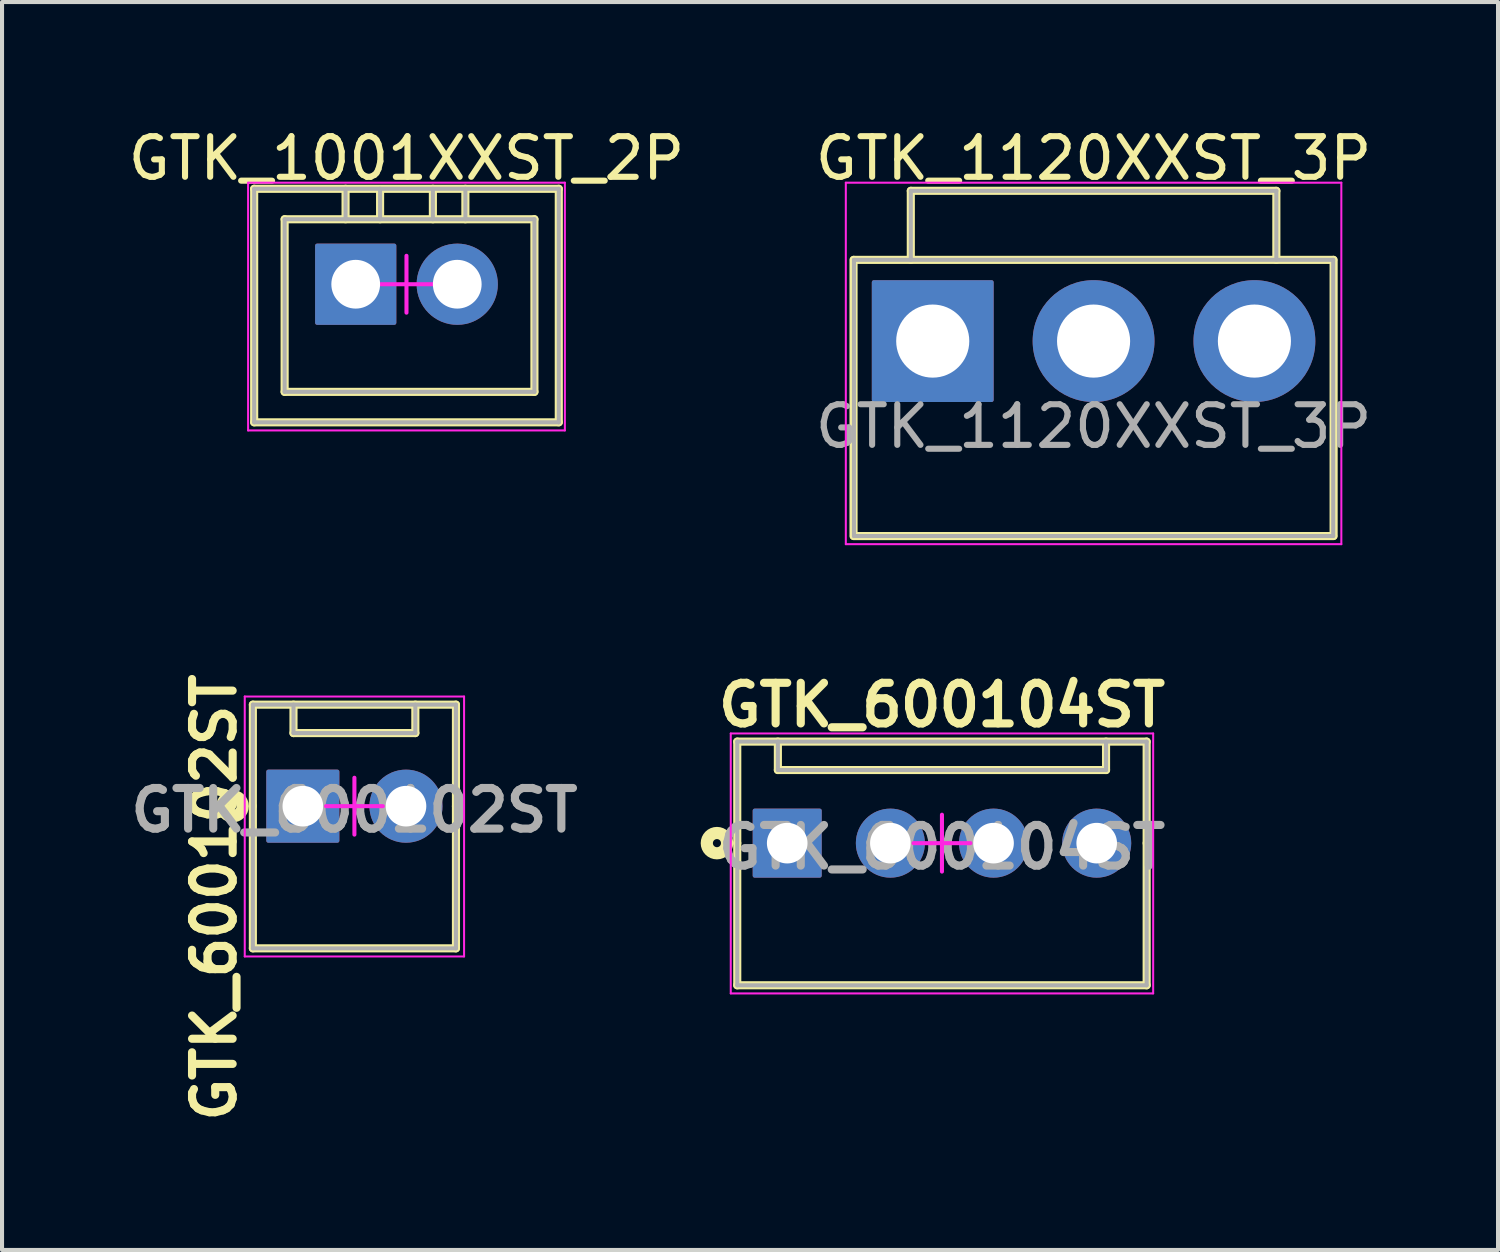
<source format=kicad_pcb>
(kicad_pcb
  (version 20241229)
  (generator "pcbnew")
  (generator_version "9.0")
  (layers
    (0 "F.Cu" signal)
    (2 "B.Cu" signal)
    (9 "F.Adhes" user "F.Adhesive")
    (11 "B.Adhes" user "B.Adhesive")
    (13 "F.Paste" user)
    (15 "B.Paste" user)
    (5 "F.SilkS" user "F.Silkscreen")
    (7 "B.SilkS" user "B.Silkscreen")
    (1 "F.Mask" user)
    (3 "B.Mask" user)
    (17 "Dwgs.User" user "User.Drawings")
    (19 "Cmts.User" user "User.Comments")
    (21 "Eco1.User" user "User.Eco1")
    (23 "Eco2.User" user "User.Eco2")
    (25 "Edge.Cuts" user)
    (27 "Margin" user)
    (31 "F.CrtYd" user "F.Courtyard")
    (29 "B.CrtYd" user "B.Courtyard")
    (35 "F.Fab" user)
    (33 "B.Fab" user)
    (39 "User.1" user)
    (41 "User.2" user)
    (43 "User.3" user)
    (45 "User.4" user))
  (footprint "GTK_600102ST"
    (layer "F.Cu")
    (at 5.676 16.799)
    (property "Reference" "GTK_600102ST" (at -3.45 2.25 90) (layer "F.SilkS") (effects (font (size 1 1) (thickness 0.2))))
    (attr through_hole)
    (fp_line (start -2.5 -2.5) (end -2.5 0) (stroke (width 0.2) (type solid)) (layer "F.SilkS"))
    (fp_line (start -2.5 0) (end -2.5 3.5) (stroke (width 0.2) (type solid)) (layer "F.SilkS"))
    (fp_line (start -2.5 3.5) (end 2.5 3.5) (stroke (width 0.2) (type solid)) (layer "F.SilkS"))
    (fp_line (start -1.5 -1.8) (end -1.5 -2.5) (stroke (width 0.2) (type solid)) (layer "F.SilkS"))
    (fp_line (start 1.5 -2.5) (end 1.5 -1.8) (stroke (width 0.2) (type solid)) (layer "F.SilkS"))
    (fp_line (start 1.5 -1.8) (end -1.5 -1.8) (stroke (width 0.2) (type solid)) (layer "F.SilkS"))
    (fp_line (start 2.5 -2.5) (end -2.5 -2.5) (stroke (width 0.2) (type solid)) (layer "F.SilkS"))
    (fp_line (start 2.5 0) (end 2.5 -2.5) (stroke (width 0.2) (type solid)) (layer "F.SilkS"))
    (fp_line (start 2.5 3.5) (end 2.5 0) (stroke (width 0.2) (type solid)) (layer "F.SilkS"))
    (fp_circle (center -3 0) (end -2.9 0) (stroke (width 0.3) (type solid)) (fill no) (layer "F.SilkS"))
    (fp_line (start -2.7 -2.7) (end 2.7 -2.7) (stroke (width 0.05) (type solid)) (layer "F.CrtYd"))
    (fp_line (start -2.7 3.7) (end -2.7 -2.7) (stroke (width 0.05) (type solid)) (layer "F.CrtYd"))
    (fp_line (start 0 -0.7) (end 0 0.7) (stroke (width 0.1) (type solid)) (layer "F.CrtYd"))
    (fp_line (start 0.7 0) (end -0.7 0) (stroke (width 0.1) (type solid)) (layer "F.CrtYd"))
    (fp_line (start 2.7 -2.7) (end 2.7 3.7) (stroke (width 0.05) (type solid)) (layer "F.CrtYd"))
    (fp_line (start 2.7 3.7) (end -2.7 3.7) (stroke (width 0.05) (type solid)) (layer "F.CrtYd"))
    (fp_line (start -2.5 -2.5) (end 2.5 -2.5) (stroke (width 0.1) (type solid)) (layer "F.Fab"))
    (fp_line (start -2.5 3.5) (end -2.5 -2.5) (stroke (width 0.1) (type solid)) (layer "F.Fab"))
    (fp_line (start -1.5 -2.5) (end -1.5 -1.8) (stroke (width 0.1) (type solid)) (layer "F.Fab"))
    (fp_line (start -1.5 -1.8) (end 1.5 -1.8) (stroke (width 0.1) (type solid)) (layer "F.Fab"))
    (fp_line (start 1.5 -1.8) (end 1.5 -2.5) (stroke (width 0.1) (type solid)) (layer "F.Fab"))
    (fp_line (start 2.5 -2.5) (end 2.5 3.5) (stroke (width 0.1) (type solid)) (layer "F.Fab"))
    (fp_line (start 2.5 3.5) (end -2.5 3.5) (stroke (width 0.1) (type solid)) (layer "F.Fab"))
    (fp_text user "${REFERENCE}" (at 0 0.1 0) (layer "F.Fab") (effects (font (size 1 1) (thickness 0.2))))
    (pad "1" thru_hole roundrect (at -1.27 0) (size 1.8 1.8) (drill 1) (layers "*.Cu" "*.Mask") (roundrect_rratio 0.028))
    (pad "2" thru_hole circle (at 1.27 0) (size 1.8 1.8) (drill 1) (layers "*.Cu" "*.Mask")))
  (footprint "GTK_1001XXST_2P"
    (layer "F.Cu")
    (at 6.958 3.948)
    (property "Reference" "GTK_1001XXST_2P" (at 0 -3.1 0) (layer "F.SilkS") (effects (font (size 1 1) (thickness 0.15))))
    (attr through_hole)
    (fp_line (start -3.75 -2.35) (end -3.75 3.4) (stroke (width 0.2) (type solid)) (layer "F.SilkS"))
    (fp_line (start -3.75 -2.35) (end 3.75 -2.35) (stroke (width 0.2) (type solid)) (layer "F.SilkS"))
    (fp_line (start -3.75 3.4) (end 3.75 3.4) (stroke (width 0.2) (type solid)) (layer "F.SilkS"))
    (fp_line (start -3 -1.6) (end 3.15 -1.6) (stroke (width 0.2) (type solid)) (layer "F.SilkS"))
    (fp_line (start -3 2.65) (end -3 -1.6) (stroke (width 0.2) (type solid)) (layer "F.SilkS"))
    (fp_line (start -1.5 -2.35) (end -1.5 -1.6) (stroke (width 0.2) (type solid)) (layer "F.SilkS"))
    (fp_line (start -0.65 -1.6) (end -0.65 -2.3) (stroke (width 0.2) (type solid)) (layer "F.SilkS"))
    (fp_line (start 0.65 -1.6) (end 0.65 -2.35) (stroke (width 0.2) (type solid)) (layer "F.SilkS"))
    (fp_line (start 1.45 -1.6) (end 1.45 -2.35) (stroke (width 0.2) (type solid)) (layer "F.SilkS"))
    (fp_line (start 3.15 -1.6) (end 3.15 2.65) (stroke (width 0.2) (type solid)) (layer "F.SilkS"))
    (fp_line (start 3.15 2.65) (end -3 2.65) (stroke (width 0.2) (type solid)) (layer "F.SilkS"))
    (fp_line (start 3.75 3.4) (end 3.75 -2.35) (stroke (width 0.2) (type solid)) (layer "F.SilkS"))
    (fp_line (start -3.9 -2.5) (end 3.9 -2.5) (stroke (width 0.05) (type solid)) (layer "F.CrtYd"))
    (fp_line (start -3.9 3.6) (end -3.9 -2.5) (stroke (width 0.05) (type solid)) (layer "F.CrtYd"))
    (fp_line (start -0.7 0) (end 0.7 0) (stroke (width 0.1) (type solid)) (layer "F.CrtYd"))
    (fp_line (start 0 -0.7) (end 0 0.7) (stroke (width 0.1) (type solid)) (layer "F.CrtYd"))
    (fp_line (start 3.9 -2.5) (end 3.9 3.6) (stroke (width 0.05) (type solid)) (layer "F.CrtYd"))
    (fp_line (start 3.9 3.6) (end -3.9 3.6) (stroke (width 0.05) (type solid)) (layer "F.CrtYd"))
    (fp_line (start -3.75 -2.35) (end 3.75 -2.35) (stroke (width 0.1) (type solid)) (layer "F.Fab"))
    (fp_line (start -3.75 3.4) (end -3.75 -2.35) (stroke (width 0.1) (type solid)) (layer "F.Fab"))
    (fp_line (start -3 -1.6) (end 3.15 -1.6) (stroke (width 0.1) (type solid)) (layer "F.Fab"))
    (fp_line (start -3 2.65) (end -3 -1.6) (stroke (width 0.1) (type solid)) (layer "F.Fab"))
    (fp_line (start -1.5 -1.6) (end -1.5 -2.35) (stroke (width 0.1) (type solid)) (layer "F.Fab"))
    (fp_line (start -0.65 -2.35) (end -0.65 -1.6) (stroke (width 0.1) (type solid)) (layer "F.Fab"))
    (fp_line (start 0.65 -2.35) (end 0.65 -1.6) (stroke (width 0.1) (type solid)) (layer "F.Fab"))
    (fp_line (start 1.45 -2.35) (end 1.45 -1.6) (stroke (width 0.1) (type solid)) (layer "F.Fab"))
    (fp_line (start 3.15 -1.6) (end 3.15 2.65) (stroke (width 0.1) (type solid)) (layer "F.Fab"))
    (fp_line (start 3.15 2.65) (end -3 2.65) (stroke (width 0.1) (type solid)) (layer "F.Fab"))
    (fp_line (start 3.75 -2.35) (end 3.75 3.4) (stroke (width 0.1) (type solid)) (layer "F.Fab"))
    (fp_line (start 3.75 3.4) (end -3.75 3.4) (stroke (width 0.1) (type solid)) (layer "F.Fab"))
    (pad "1" thru_hole roundrect (at -1.25 0) (size 2 2) (drill 1.2) (layers "*.Cu" "*.Mask") (roundrect_rratio 0.025))
    (pad "2" thru_hole circle (at 1.25 0) (size 2 2) (drill 1.2) (layers "*.Cu" "*.Mask")))
  (footprint "GTK_600104ST"
    (layer "F.Cu")
    (at 20.142 17.709)
    (property "Reference" "GTK_600104ST" (at 0 -3.4 180) (layer "F.SilkS") (effects (font (size 1 1) (thickness 0.2))))
    (attr through_hole)
    (fp_line (start -5.04 -2.5) (end -5.04 0) (stroke (width 0.2) (type solid)) (layer "F.SilkS"))
    (fp_line (start -5.04 0) (end -5.04 3.5) (stroke (width 0.2) (type solid)) (layer "F.SilkS"))
    (fp_line (start -5.04 3.5) (end 5.04 3.5) (stroke (width 0.2) (type solid)) (layer "F.SilkS"))
    (fp_line (start -4.04 -1.8) (end -4.04 -2.5) (stroke (width 0.2) (type solid)) (layer "F.SilkS"))
    (fp_line (start 4.04 -2.5) (end 4.04 -1.8) (stroke (width 0.2) (type solid)) (layer "F.SilkS"))
    (fp_line (start 4.04 -1.8) (end -4.04 -1.8) (stroke (width 0.2) (type solid)) (layer "F.SilkS"))
    (fp_line (start 5.04 -2.5) (end -5.04 -2.5) (stroke (width 0.2) (type solid)) (layer "F.SilkS"))
    (fp_line (start 5.04 0) (end 5.04 -2.5) (stroke (width 0.2) (type solid)) (layer "F.SilkS"))
    (fp_line (start 5.04 3.5) (end 5.04 0) (stroke (width 0.2) (type solid)) (layer "F.SilkS"))
    (fp_circle (center -5.54 0) (end -5.44 0) (stroke (width 0.3) (type solid)) (fill no) (layer "F.SilkS"))
    (fp_line (start -5.2 -2.7) (end 5.2 -2.7) (stroke (width 0.05) (type solid)) (layer "F.CrtYd"))
    (fp_line (start -5.2 3.7) (end -5.2 -2.7) (stroke (width 0.05) (type solid)) (layer "F.CrtYd"))
    (fp_line (start 0 -0.7) (end 0 0.7) (stroke (width 0.1) (type solid)) (layer "F.CrtYd"))
    (fp_line (start 0.7 0) (end -0.7 0) (stroke (width 0.1) (type solid)) (layer "F.CrtYd"))
    (fp_line (start 5.2 -2.7) (end 5.2 3.7) (stroke (width 0.05) (type solid)) (layer "F.CrtYd"))
    (fp_line (start 5.2 3.7) (end -5.2 3.7) (stroke (width 0.05) (type solid)) (layer "F.CrtYd"))
    (fp_line (start -5.04 -2.5) (end 5.04 -2.5) (stroke (width 0.1) (type solid)) (layer "F.Fab"))
    (fp_line (start -5.04 3.5) (end -5.04 -2.5) (stroke (width 0.1) (type solid)) (layer "F.Fab"))
    (fp_line (start -4.04 -2.5) (end -4.04 -1.8) (stroke (width 0.1) (type solid)) (layer "F.Fab"))
    (fp_line (start -4.04 -1.8) (end 4.04 -1.8) (stroke (width 0.1) (type solid)) (layer "F.Fab"))
    (fp_line (start 4.04 -1.8) (end 4.04 -2.5) (stroke (width 0.1) (type solid)) (layer "F.Fab"))
    (fp_line (start 5.04 -2.5) (end 5.04 3.5) (stroke (width 0.1) (type solid)) (layer "F.Fab"))
    (fp_line (start 5.04 3.5) (end -5.04 3.5) (stroke (width 0.1) (type solid)) (layer "F.Fab"))
    (fp_text user "${REFERENCE}" (at 0 0.1 0) (layer "F.Fab") (effects (font (size 1 1) (thickness 0.2))))
    (pad "1" thru_hole roundrect (at -3.81 0) (size 1.7 1.7) (drill 1) (layers "*.Cu" "*.Mask") (roundrect_rratio 0.029))
    (pad "2" thru_hole circle (at -1.27 0) (size 1.7 1.7) (drill 1) (layers "*.Cu" "*.Mask"))
    (pad "3" thru_hole circle (at 1.27 0) (size 1.7 1.7) (drill 1) (layers "*.Cu" "*.Mask"))
    (pad "4" thru_hole circle (at 3.81 0) (size 1.7 1.7) (drill 1) (layers "*.Cu" "*.Mask")))
  (footprint "GTK_1120XXST_3P"
    (layer "F.Cu")
    (at 23.875 5.348)
    (property "Reference" "GTK_1120XXST_3P" (at 0 -4.5 0) (layer "F.SilkS") (effects (font (size 1 1) (thickness 0.15))))
    (attr through_hole)
    (fp_line (start -5.91 -2) (end -5.91 4.8) (stroke (width 0.2) (type solid)) (layer "F.SilkS"))
    (fp_line (start -5.9 -2) (end 5.9 -2) (stroke (width 0.2) (type solid)) (layer "F.SilkS"))
    (fp_line (start -5.9 4.8) (end 5.9 4.8) (stroke (width 0.2) (type solid)) (layer "F.SilkS"))
    (fp_line (start -4.5 -3.7) (end -4.5 -2) (stroke (width 0.2) (type solid)) (layer "F.SilkS"))
    (fp_line (start -4.5 -3.7) (end 4.5 -3.7) (stroke (width 0.2) (type solid)) (layer "F.SilkS"))
    (fp_line (start 4.5 -3.7) (end 4.5 -2) (stroke (width 0.2) (type solid)) (layer "F.SilkS"))
    (fp_line (start 5.91 -2) (end 5.91 4.8) (stroke (width 0.2) (type solid)) (layer "F.SilkS"))
    (fp_line (start -6.1 -3.9) (end 6.1 -3.9) (stroke (width 0.05) (type solid)) (layer "F.CrtYd"))
    (fp_line (start -6.1 5) (end -6.1 -3.9) (stroke (width 0.05) (type solid)) (layer "F.CrtYd"))
    (fp_line (start -0.7 0) (end 0.7 0) (stroke (width 0.1) (type solid)) (layer "F.CrtYd"))
    (fp_line (start 0 -0.7) (end 0 0.7) (stroke (width 0.1) (type solid)) (layer "F.CrtYd"))
    (fp_line (start 6.1 -3.9) (end 6.1 5) (stroke (width 0.05) (type solid)) (layer "F.CrtYd"))
    (fp_line (start 6.1 5) (end -6.1 5) (stroke (width 0.05) (type solid)) (layer "F.CrtYd"))
    (fp_line (start -5.9 -2) (end -5.9 4.8) (stroke (width 0.1) (type solid)) (layer "F.Fab"))
    (fp_line (start -5.9 4.8) (end 5.9 4.8) (stroke (width 0.1) (type solid)) (layer "F.Fab"))
    (fp_line (start -4.5 -3.7) (end -4.5 -2) (stroke (width 0.1) (type solid)) (layer "F.Fab"))
    (fp_line (start -4.5 -3.7) (end 4.5 -3.7) (stroke (width 0.1) (type solid)) (layer "F.Fab"))
    (fp_line (start 4.5 -3.7) (end 4.5 -2) (stroke (width 0.1) (type solid)) (layer "F.Fab"))
    (fp_line (start 5.9 -2) (end -5.9 -2) (stroke (width 0.1) (type solid)) (layer "F.Fab"))
    (fp_line (start 5.9 4.8) (end 5.9 -2) (stroke (width 0.1) (type solid)) (layer "F.Fab"))
    (fp_text user "${REFERENCE}" (at 0 2.1 0) (layer "F.Fab") (effects (font (size 1 1) (thickness 0.15))))
    (pad "1" thru_hole roundrect (at -3.96 0) (size 3 3) (drill 1.8) (layers "*.Cu" "*.Mask") (roundrect_rratio 0.017))
    (pad "2" thru_hole circle (at 0 0) (size 3 3) (drill 1.8) (layers "*.Cu" "*.Mask"))
    (pad "3" thru_hole circle (at 3.96 0) (size 3 3) (drill 1.8) (layers "*.Cu" "*.Mask")))
  (gr_rect
    (start -3 -3)
    (end 33.833 27.726)
    (stroke (width 0.1) (type default))
    (fill no)
    (layer "Edge.Cuts")))
</source>
